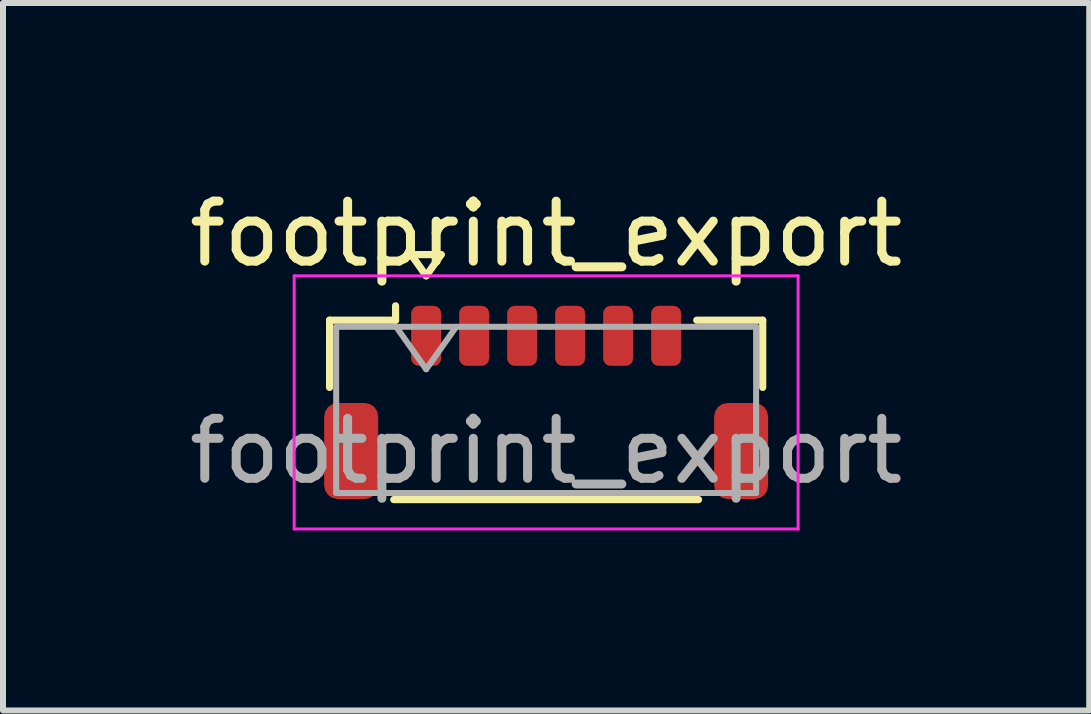
<source format=kicad_pcb>
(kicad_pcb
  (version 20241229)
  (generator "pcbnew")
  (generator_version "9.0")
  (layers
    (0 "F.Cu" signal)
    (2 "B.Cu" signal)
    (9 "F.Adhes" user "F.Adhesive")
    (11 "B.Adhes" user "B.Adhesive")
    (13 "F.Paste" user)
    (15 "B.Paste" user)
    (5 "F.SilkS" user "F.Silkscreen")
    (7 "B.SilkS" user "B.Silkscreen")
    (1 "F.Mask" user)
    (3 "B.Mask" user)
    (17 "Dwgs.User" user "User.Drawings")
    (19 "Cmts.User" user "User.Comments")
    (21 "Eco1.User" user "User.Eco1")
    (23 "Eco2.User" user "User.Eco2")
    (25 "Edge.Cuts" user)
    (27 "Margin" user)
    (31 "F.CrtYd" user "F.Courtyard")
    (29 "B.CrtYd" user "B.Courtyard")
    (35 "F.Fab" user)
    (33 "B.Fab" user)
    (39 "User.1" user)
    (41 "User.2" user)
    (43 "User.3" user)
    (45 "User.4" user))
  (footprint "footprint_export"
    (layer "F.Cu")
    (at 6.054 3.658)
    (property "Reference" "footprint_export" (at 0 -2.81 0) (layer "F.SilkS") (effects (font (size 1 1) (thickness 0.15))))
    (attr smd)
    (fp_line (start -3.61 -1.37) (end -2.51 -1.37) (stroke (width 0.12) (type solid)) (layer "F.SilkS"))
    (fp_line (start -3.61 -0.25) (end -3.61 -1.37) (stroke (width 0.12) (type solid)) (layer "F.SilkS"))
    (fp_line (start -2.54 1.62) (end 2.54 1.62) (stroke (width 0.12) (type solid)) (layer "F.SilkS"))
    (fp_line (start -2.51 -1.37) (end -2.51 -1.61) (stroke (width 0.12) (type solid)) (layer "F.SilkS"))
    (fp_line (start -2.25 -2.464) (end -2 -2.11) (stroke (width 0.12) (type solid)) (layer "F.SilkS"))
    (fp_line (start -2 -2.11) (end -1.75 -2.464) (stroke (width 0.12) (type solid)) (layer "F.SilkS"))
    (fp_line (start -1.75 -2.464) (end -2.25 -2.464) (stroke (width 0.12) (type solid)) (layer "F.SilkS"))
    (fp_line (start 3.61 -1.37) (end 2.51 -1.37) (stroke (width 0.12) (type solid)) (layer "F.SilkS"))
    (fp_line (start 3.61 -0.25) (end 3.61 -1.37) (stroke (width 0.12) (type solid)) (layer "F.SilkS"))
    (fp_line (start -4.2 -2.11) (end -4.2 2.11) (stroke (width 0.05) (type solid)) (layer "F.CrtYd"))
    (fp_line (start -4.2 2.11) (end 4.2 2.11) (stroke (width 0.05) (type solid)) (layer "F.CrtYd"))
    (fp_line (start 4.2 -2.11) (end -4.2 -2.11) (stroke (width 0.05) (type solid)) (layer "F.CrtYd"))
    (fp_line (start 4.2 2.11) (end 4.2 -2.11) (stroke (width 0.05) (type solid)) (layer "F.CrtYd"))
    (fp_line (start -3.5 -1.26) (end -3.5 1.51) (stroke (width 0.1) (type solid)) (layer "F.Fab"))
    (fp_line (start -3.5 -1.26) (end 3.5 -1.26) (stroke (width 0.1) (type solid)) (layer "F.Fab"))
    (fp_line (start -3.5 1.51) (end 3.5 1.51) (stroke (width 0.1) (type solid)) (layer "F.Fab"))
    (fp_line (start -2.5 -1.26) (end -2 -0.553) (stroke (width 0.1) (type solid)) (layer "F.Fab"))
    (fp_line (start -2 -0.553) (end -1.5 -1.26) (stroke (width 0.1) (type solid)) (layer "F.Fab"))
    (fp_line (start 3.5 -1.26) (end 3.5 1.51) (stroke (width 0.1) (type solid)) (layer "F.Fab"))
    (fp_text user "${REFERENCE}" (at 0 0.81 0) (layer "F.Fab") (effects (font (size 1 1) (thickness 0.15))))
    (pad "1" smd roundrect (at -2 -1.11) (size 0.5 1) (layers "F.Cu" "F.Mask" "F.Paste") (roundrect_rratio 0.25))
    (pad "2" smd roundrect (at -1.2 -1.11) (size 0.5 1) (layers "F.Cu" "F.Mask" "F.Paste") (roundrect_rratio 0.25))
    (pad "3" smd roundrect (at -0.4 -1.11) (size 0.5 1) (layers "F.Cu" "F.Mask" "F.Paste") (roundrect_rratio 0.25))
    (pad "4" smd roundrect (at 0.4 -1.11) (size 0.5 1) (layers "F.Cu" "F.Mask" "F.Paste") (roundrect_rratio 0.25))
    (pad "5" smd roundrect (at 1.2 -1.11) (size 0.5 1) (layers "F.Cu" "F.Mask" "F.Paste") (roundrect_rratio 0.25))
    (pad "6" smd roundrect (at 2 -1.11) (size 0.5 1) (layers "F.Cu" "F.Mask" "F.Paste") (roundrect_rratio 0.25))
    (pad "MP" smd roundrect (at -3.25 0.81) (size 0.9 1.6) (layers "F.Cu" "F.Mask" "F.Paste") (roundrect_rratio 0.25))
    (pad "MP" smd roundrect (at 3.25 0.81) (size 0.9 1.6) (layers "F.Cu" "F.Mask" "F.Paste") (roundrect_rratio 0.25)))
  (gr_rect
    (start -3 -3)
    (end 15.107 8.793)
    (stroke (width 0.1) (type default))
    (fill no)
    (layer "Edge.Cuts")))
</source>
